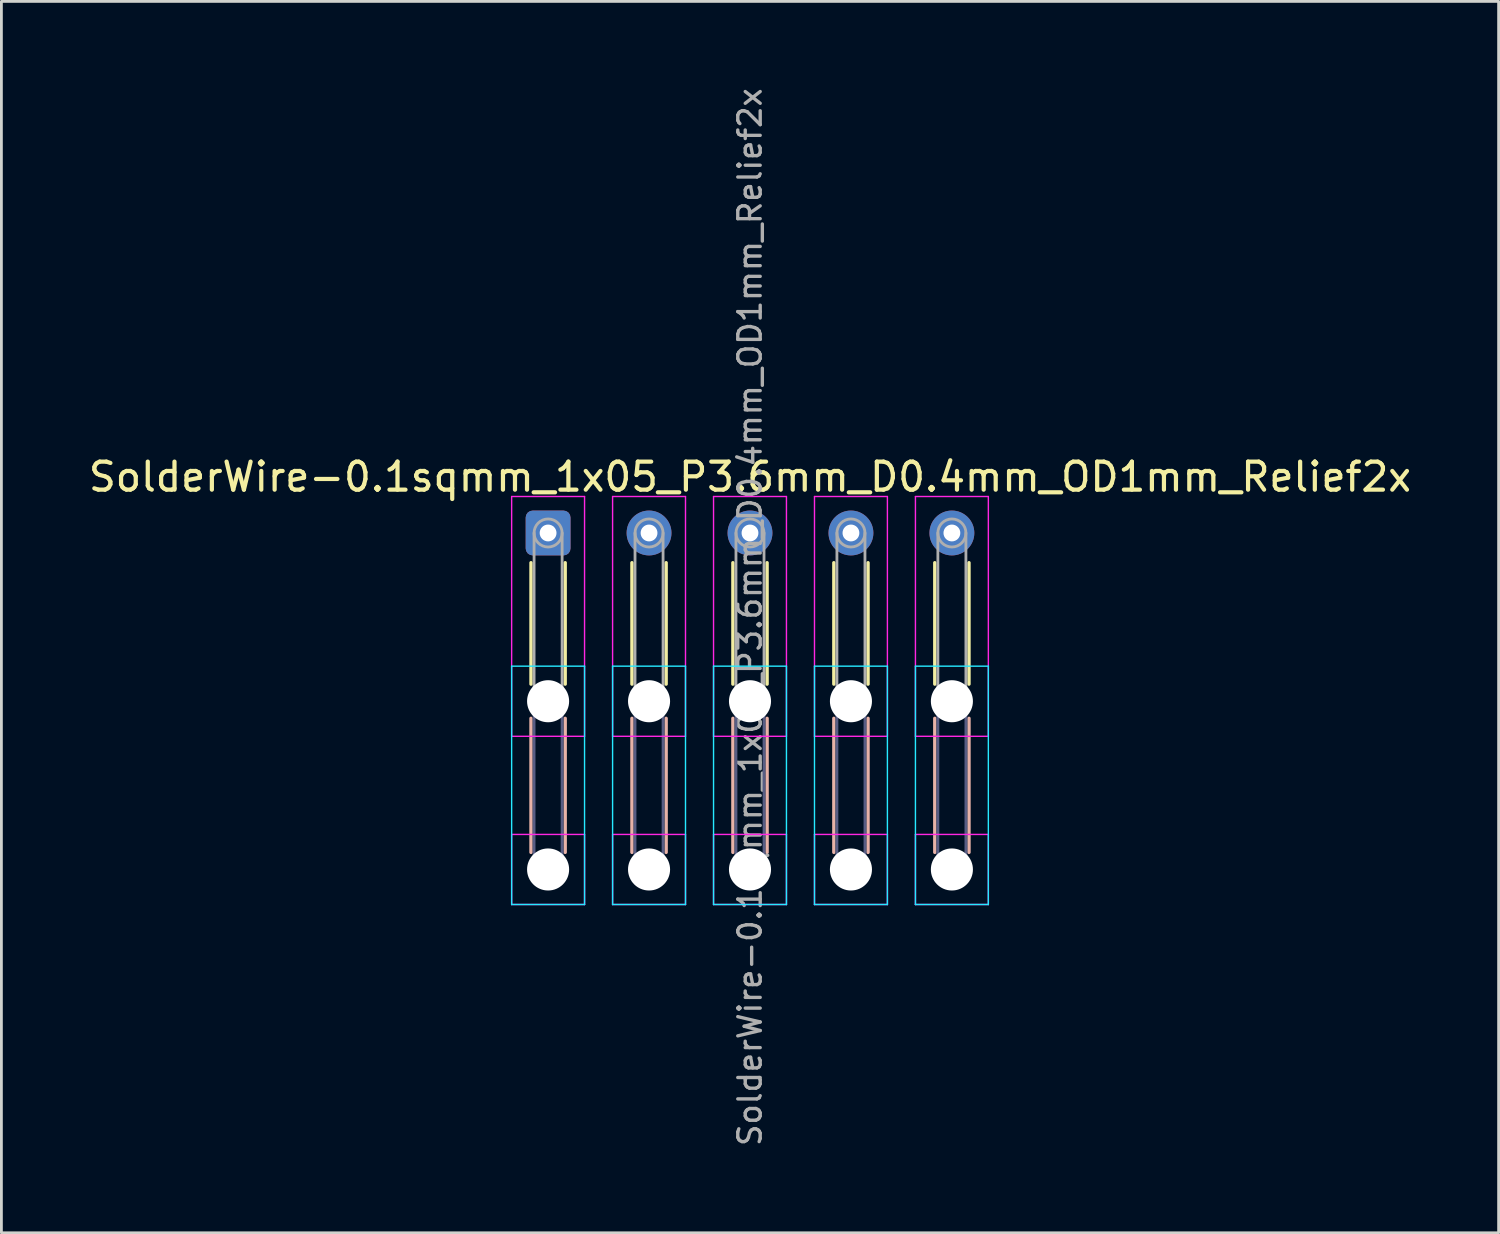
<source format=kicad_pcb>
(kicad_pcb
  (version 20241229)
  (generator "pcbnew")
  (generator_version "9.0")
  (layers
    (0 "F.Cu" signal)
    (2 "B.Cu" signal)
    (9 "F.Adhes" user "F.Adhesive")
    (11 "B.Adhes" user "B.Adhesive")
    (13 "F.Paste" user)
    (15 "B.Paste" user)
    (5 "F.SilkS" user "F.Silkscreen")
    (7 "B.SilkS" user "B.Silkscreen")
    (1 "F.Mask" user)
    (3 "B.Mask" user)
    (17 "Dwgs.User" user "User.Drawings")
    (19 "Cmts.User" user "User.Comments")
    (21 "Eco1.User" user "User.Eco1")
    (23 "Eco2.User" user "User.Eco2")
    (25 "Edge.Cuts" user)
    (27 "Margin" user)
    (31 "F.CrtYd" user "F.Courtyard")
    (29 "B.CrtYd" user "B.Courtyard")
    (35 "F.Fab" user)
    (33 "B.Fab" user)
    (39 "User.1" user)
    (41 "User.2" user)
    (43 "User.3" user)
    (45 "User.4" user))
  (footprint "SolderWire-0.1sqmm_1x05_P3.6mm_D0.4mm_OD1mm_Relief2x"
    (layer "F.Cu")
    (at 16.496 15.957)
    (property "Reference" "SolderWire-0.1sqmm_1x05_P3.6mm_D0.4mm_OD1mm_Relief2x" (at 7.2 -2 0) (layer "F.SilkS") (effects (font (size 1 1) (thickness 0.15))))
    (attr exclude_from_pos_files exclude_from_bom)
    (fp_line (start -0.61 1.06) (end -0.61 5.39) (stroke (width 0.12) (type solid)) (layer "F.SilkS"))
    (fp_line (start 0.61 1.06) (end 0.61 5.39) (stroke (width 0.12) (type solid)) (layer "F.SilkS"))
    (fp_line (start 2.99 1.06) (end 2.99 5.39) (stroke (width 0.12) (type solid)) (layer "F.SilkS"))
    (fp_line (start 4.21 1.06) (end 4.21 5.39) (stroke (width 0.12) (type solid)) (layer "F.SilkS"))
    (fp_line (start 6.59 1.06) (end 6.59 5.39) (stroke (width 0.12) (type solid)) (layer "F.SilkS"))
    (fp_line (start 7.81 1.06) (end 7.81 5.39) (stroke (width 0.12) (type solid)) (layer "F.SilkS"))
    (fp_line (start 10.19 1.06) (end 10.19 5.39) (stroke (width 0.12) (type solid)) (layer "F.SilkS"))
    (fp_line (start 11.41 1.06) (end 11.41 5.39) (stroke (width 0.12) (type solid)) (layer "F.SilkS"))
    (fp_line (start 13.79 1.06) (end 13.79 5.39) (stroke (width 0.12) (type solid)) (layer "F.SilkS"))
    (fp_line (start 15.01 1.06) (end 15.01 5.39) (stroke (width 0.12) (type solid)) (layer "F.SilkS"))
    (fp_line (start -0.61 6.61) (end -0.61 11.39) (stroke (width 0.12) (type solid)) (layer "B.SilkS"))
    (fp_line (start 0.61 6.61) (end 0.61 11.39) (stroke (width 0.12) (type solid)) (layer "B.SilkS"))
    (fp_line (start 2.99 6.61) (end 2.99 11.39) (stroke (width 0.12) (type solid)) (layer "B.SilkS"))
    (fp_line (start 4.21 6.61) (end 4.21 11.39) (stroke (width 0.12) (type solid)) (layer "B.SilkS"))
    (fp_line (start 6.59 6.61) (end 6.59 11.39) (stroke (width 0.12) (type solid)) (layer "B.SilkS"))
    (fp_line (start 7.81 6.61) (end 7.81 11.39) (stroke (width 0.12) (type solid)) (layer "B.SilkS"))
    (fp_line (start 10.19 6.61) (end 10.19 11.39) (stroke (width 0.12) (type solid)) (layer "B.SilkS"))
    (fp_line (start 11.41 6.61) (end 11.41 11.39) (stroke (width 0.12) (type solid)) (layer "B.SilkS"))
    (fp_line (start 13.79 6.61) (end 13.79 11.39) (stroke (width 0.12) (type solid)) (layer "B.SilkS"))
    (fp_line (start 15.01 6.61) (end 15.01 11.39) (stroke (width 0.12) (type solid)) (layer "B.SilkS"))
    (fp_line (start -1.3 4.75) (end -1.3 13.25) (stroke (width 0.05) (type solid)) (layer "B.CrtYd"))
    (fp_line (start -1.3 13.25) (end 1.3 13.25) (stroke (width 0.05) (type solid)) (layer "B.CrtYd"))
    (fp_line (start 1.3 4.75) (end -1.3 4.75) (stroke (width 0.05) (type solid)) (layer "B.CrtYd"))
    (fp_line (start 1.3 13.25) (end 1.3 4.75) (stroke (width 0.05) (type solid)) (layer "B.CrtYd"))
    (fp_line (start 2.3 4.75) (end 2.3 13.25) (stroke (width 0.05) (type solid)) (layer "B.CrtYd"))
    (fp_line (start 2.3 13.25) (end 4.9 13.25) (stroke (width 0.05) (type solid)) (layer "B.CrtYd"))
    (fp_line (start 4.9 4.75) (end 2.3 4.75) (stroke (width 0.05) (type solid)) (layer "B.CrtYd"))
    (fp_line (start 4.9 13.25) (end 4.9 4.75) (stroke (width 0.05) (type solid)) (layer "B.CrtYd"))
    (fp_line (start 5.9 4.75) (end 5.9 13.25) (stroke (width 0.05) (type solid)) (layer "B.CrtYd"))
    (fp_line (start 5.9 13.25) (end 8.5 13.25) (stroke (width 0.05) (type solid)) (layer "B.CrtYd"))
    (fp_line (start 8.5 4.75) (end 5.9 4.75) (stroke (width 0.05) (type solid)) (layer "B.CrtYd"))
    (fp_line (start 8.5 13.25) (end 8.5 4.75) (stroke (width 0.05) (type solid)) (layer "B.CrtYd"))
    (fp_line (start 9.5 4.75) (end 9.5 13.25) (stroke (width 0.05) (type solid)) (layer "B.CrtYd"))
    (fp_line (start 9.5 13.25) (end 12.1 13.25) (stroke (width 0.05) (type solid)) (layer "B.CrtYd"))
    (fp_line (start 12.1 4.75) (end 9.5 4.75) (stroke (width 0.05) (type solid)) (layer "B.CrtYd"))
    (fp_line (start 12.1 13.25) (end 12.1 4.75) (stroke (width 0.05) (type solid)) (layer "B.CrtYd"))
    (fp_line (start 13.1 4.75) (end 13.1 13.25) (stroke (width 0.05) (type solid)) (layer "B.CrtYd"))
    (fp_line (start 13.1 13.25) (end 15.7 13.25) (stroke (width 0.05) (type solid)) (layer "B.CrtYd"))
    (fp_line (start 15.7 4.75) (end 13.1 4.75) (stroke (width 0.05) (type solid)) (layer "B.CrtYd"))
    (fp_line (start 15.7 13.25) (end 15.7 4.75) (stroke (width 0.05) (type solid)) (layer "B.CrtYd"))
    (fp_line (start -1.3 -1.3) (end -1.3 7.25) (stroke (width 0.05) (type solid)) (layer "F.CrtYd"))
    (fp_line (start -1.3 7.25) (end 1.3 7.25) (stroke (width 0.05) (type solid)) (layer "F.CrtYd"))
    (fp_line (start -1.3 10.75) (end -1.3 13.25) (stroke (width 0.05) (type solid)) (layer "F.CrtYd"))
    (fp_line (start -1.3 13.25) (end 1.3 13.25) (stroke (width 0.05) (type solid)) (layer "F.CrtYd"))
    (fp_line (start 1.3 -1.3) (end -1.3 -1.3) (stroke (width 0.05) (type solid)) (layer "F.CrtYd"))
    (fp_line (start 1.3 7.25) (end 1.3 -1.3) (stroke (width 0.05) (type solid)) (layer "F.CrtYd"))
    (fp_line (start 1.3 10.75) (end -1.3 10.75) (stroke (width 0.05) (type solid)) (layer "F.CrtYd"))
    (fp_line (start 1.3 13.25) (end 1.3 10.75) (stroke (width 0.05) (type solid)) (layer "F.CrtYd"))
    (fp_line (start 2.3 -1.3) (end 2.3 7.25) (stroke (width 0.05) (type solid)) (layer "F.CrtYd"))
    (fp_line (start 2.3 7.25) (end 4.9 7.25) (stroke (width 0.05) (type solid)) (layer "F.CrtYd"))
    (fp_line (start 2.3 10.75) (end 2.3 13.25) (stroke (width 0.05) (type solid)) (layer "F.CrtYd"))
    (fp_line (start 2.3 13.25) (end 4.9 13.25) (stroke (width 0.05) (type solid)) (layer "F.CrtYd"))
    (fp_line (start 4.9 -1.3) (end 2.3 -1.3) (stroke (width 0.05) (type solid)) (layer "F.CrtYd"))
    (fp_line (start 4.9 7.25) (end 4.9 -1.3) (stroke (width 0.05) (type solid)) (layer "F.CrtYd"))
    (fp_line (start 4.9 10.75) (end 2.3 10.75) (stroke (width 0.05) (type solid)) (layer "F.CrtYd"))
    (fp_line (start 4.9 13.25) (end 4.9 10.75) (stroke (width 0.05) (type solid)) (layer "F.CrtYd"))
    (fp_line (start 5.9 -1.3) (end 5.9 7.25) (stroke (width 0.05) (type solid)) (layer "F.CrtYd"))
    (fp_line (start 5.9 7.25) (end 8.5 7.25) (stroke (width 0.05) (type solid)) (layer "F.CrtYd"))
    (fp_line (start 5.9 10.75) (end 5.9 13.25) (stroke (width 0.05) (type solid)) (layer "F.CrtYd"))
    (fp_line (start 5.9 13.25) (end 8.5 13.25) (stroke (width 0.05) (type solid)) (layer "F.CrtYd"))
    (fp_line (start 8.5 -1.3) (end 5.9 -1.3) (stroke (width 0.05) (type solid)) (layer "F.CrtYd"))
    (fp_line (start 8.5 7.25) (end 8.5 -1.3) (stroke (width 0.05) (type solid)) (layer "F.CrtYd"))
    (fp_line (start 8.5 10.75) (end 5.9 10.75) (stroke (width 0.05) (type solid)) (layer "F.CrtYd"))
    (fp_line (start 8.5 13.25) (end 8.5 10.75) (stroke (width 0.05) (type solid)) (layer "F.CrtYd"))
    (fp_line (start 9.5 -1.3) (end 9.5 7.25) (stroke (width 0.05) (type solid)) (layer "F.CrtYd"))
    (fp_line (start 9.5 7.25) (end 12.1 7.25) (stroke (width 0.05) (type solid)) (layer "F.CrtYd"))
    (fp_line (start 9.5 10.75) (end 9.5 13.25) (stroke (width 0.05) (type solid)) (layer "F.CrtYd"))
    (fp_line (start 9.5 13.25) (end 12.1 13.25) (stroke (width 0.05) (type solid)) (layer "F.CrtYd"))
    (fp_line (start 12.1 -1.3) (end 9.5 -1.3) (stroke (width 0.05) (type solid)) (layer "F.CrtYd"))
    (fp_line (start 12.1 7.25) (end 12.1 -1.3) (stroke (width 0.05) (type solid)) (layer "F.CrtYd"))
    (fp_line (start 12.1 10.75) (end 9.5 10.75) (stroke (width 0.05) (type solid)) (layer "F.CrtYd"))
    (fp_line (start 12.1 13.25) (end 12.1 10.75) (stroke (width 0.05) (type solid)) (layer "F.CrtYd"))
    (fp_line (start 13.1 -1.3) (end 13.1 7.25) (stroke (width 0.05) (type solid)) (layer "F.CrtYd"))
    (fp_line (start 13.1 7.25) (end 15.7 7.25) (stroke (width 0.05) (type solid)) (layer "F.CrtYd"))
    (fp_line (start 13.1 10.75) (end 13.1 13.25) (stroke (width 0.05) (type solid)) (layer "F.CrtYd"))
    (fp_line (start 13.1 13.25) (end 15.7 13.25) (stroke (width 0.05) (type solid)) (layer "F.CrtYd"))
    (fp_line (start 15.7 -1.3) (end 13.1 -1.3) (stroke (width 0.05) (type solid)) (layer "F.CrtYd"))
    (fp_line (start 15.7 7.25) (end 15.7 -1.3) (stroke (width 0.05) (type solid)) (layer "F.CrtYd"))
    (fp_line (start 15.7 10.75) (end 13.1 10.75) (stroke (width 0.05) (type solid)) (layer "F.CrtYd"))
    (fp_line (start 15.7 13.25) (end 15.7 10.75) (stroke (width 0.05) (type solid)) (layer "F.CrtYd"))
    (fp_line (start -0.5 6) (end -0.5 12) (stroke (width 0.1) (type solid)) (layer "B.Fab"))
    (fp_line (start 0.5 6) (end 0.5 12) (stroke (width 0.1) (type solid)) (layer "B.Fab"))
    (fp_line (start 3.1 6) (end 3.1 12) (stroke (width 0.1) (type solid)) (layer "B.Fab"))
    (fp_line (start 4.1 6) (end 4.1 12) (stroke (width 0.1) (type solid)) (layer "B.Fab"))
    (fp_line (start 6.7 6) (end 6.7 12) (stroke (width 0.1) (type solid)) (layer "B.Fab"))
    (fp_line (start 7.7 6) (end 7.7 12) (stroke (width 0.1) (type solid)) (layer "B.Fab"))
    (fp_line (start 10.3 6) (end 10.3 12) (stroke (width 0.1) (type solid)) (layer "B.Fab"))
    (fp_line (start 11.3 6) (end 11.3 12) (stroke (width 0.1) (type solid)) (layer "B.Fab"))
    (fp_line (start 13.9 6) (end 13.9 12) (stroke (width 0.1) (type solid)) (layer "B.Fab"))
    (fp_line (start 14.9 6) (end 14.9 12) (stroke (width 0.1) (type solid)) (layer "B.Fab"))
    (fp_circle (center 0 6) (end 0.5 6) (stroke (width 0.1) (type solid)) (fill no) (layer "B.Fab"))
    (fp_circle (center 0 12) (end 0.5 12) (stroke (width 0.1) (type solid)) (fill no) (layer "B.Fab"))
    (fp_circle (center 3.6 6) (end 4.1 6) (stroke (width 0.1) (type solid)) (fill no) (layer "B.Fab"))
    (fp_circle (center 3.6 12) (end 4.1 12) (stroke (width 0.1) (type solid)) (fill no) (layer "B.Fab"))
    (fp_circle (center 7.2 6) (end 7.7 6) (stroke (width 0.1) (type solid)) (fill no) (layer "B.Fab"))
    (fp_circle (center 7.2 12) (end 7.7 12) (stroke (width 0.1) (type solid)) (fill no) (layer "B.Fab"))
    (fp_circle (center 10.8 6) (end 11.3 6) (stroke (width 0.1) (type solid)) (fill no) (layer "B.Fab"))
    (fp_circle (center 10.8 12) (end 11.3 12) (stroke (width 0.1) (type solid)) (fill no) (layer "B.Fab"))
    (fp_circle (center 14.4 6) (end 14.9 6) (stroke (width 0.1) (type solid)) (fill no) (layer "B.Fab"))
    (fp_circle (center 14.4 12) (end 14.9 12) (stroke (width 0.1) (type solid)) (fill no) (layer "B.Fab"))
    (fp_line (start -0.5 0) (end -0.5 6) (stroke (width 0.1) (type solid)) (layer "F.Fab"))
    (fp_line (start 0.5 0) (end 0.5 6) (stroke (width 0.1) (type solid)) (layer "F.Fab"))
    (fp_line (start 3.1 0) (end 3.1 6) (stroke (width 0.1) (type solid)) (layer "F.Fab"))
    (fp_line (start 4.1 0) (end 4.1 6) (stroke (width 0.1) (type solid)) (layer "F.Fab"))
    (fp_line (start 6.7 0) (end 6.7 6) (stroke (width 0.1) (type solid)) (layer "F.Fab"))
    (fp_line (start 7.7 0) (end 7.7 6) (stroke (width 0.1) (type solid)) (layer "F.Fab"))
    (fp_line (start 10.3 0) (end 10.3 6) (stroke (width 0.1) (type solid)) (layer "F.Fab"))
    (fp_line (start 11.3 0) (end 11.3 6) (stroke (width 0.1) (type solid)) (layer "F.Fab"))
    (fp_line (start 13.9 0) (end 13.9 6) (stroke (width 0.1) (type solid)) (layer "F.Fab"))
    (fp_line (start 14.9 0) (end 14.9 6) (stroke (width 0.1) (type solid)) (layer "F.Fab"))
    (fp_circle (center 0 0) (end 0.5 0) (stroke (width 0.1) (type solid)) (fill no) (layer "F.Fab"))
    (fp_circle (center 0 6) (end 0.5 6) (stroke (width 0.1) (type solid)) (fill no) (layer "F.Fab"))
    (fp_circle (center 0 12) (end 0.5 12) (stroke (width 0.1) (type solid)) (fill no) (layer "F.Fab"))
    (fp_circle (center 3.6 0) (end 4.1 0) (stroke (width 0.1) (type solid)) (fill no) (layer "F.Fab"))
    (fp_circle (center 3.6 6) (end 4.1 6) (stroke (width 0.1) (type solid)) (fill no) (layer "F.Fab"))
    (fp_circle (center 3.6 12) (end 4.1 12) (stroke (width 0.1) (type solid)) (fill no) (layer "F.Fab"))
    (fp_circle (center 7.2 0) (end 7.7 0) (stroke (width 0.1) (type solid)) (fill no) (layer "F.Fab"))
    (fp_circle (center 7.2 6) (end 7.7 6) (stroke (width 0.1) (type solid)) (fill no) (layer "F.Fab"))
    (fp_circle (center 7.2 12) (end 7.7 12) (stroke (width 0.1) (type solid)) (fill no) (layer "F.Fab"))
    (fp_circle (center 10.8 0) (end 11.3 0) (stroke (width 0.1) (type solid)) (fill no) (layer "F.Fab"))
    (fp_circle (center 10.8 6) (end 11.3 6) (stroke (width 0.1) (type solid)) (fill no) (layer "F.Fab"))
    (fp_circle (center 10.8 12) (end 11.3 12) (stroke (width 0.1) (type solid)) (fill no) (layer "F.Fab"))
    (fp_circle (center 14.4 0) (end 14.9 0) (stroke (width 0.1) (type solid)) (fill no) (layer "F.Fab"))
    (fp_circle (center 14.4 6) (end 14.9 6) (stroke (width 0.1) (type solid)) (fill no) (layer "F.Fab"))
    (fp_circle (center 14.4 12) (end 14.9 12) (stroke (width 0.1) (type solid)) (fill no) (layer "F.Fab"))
    (fp_text user "${REFERENCE}" (at 7.2 3 90) (layer "F.Fab") (effects (font (size 0.8 0.8) (thickness 0.12))))
    (pad "" np_thru_hole circle (at 0 6) (size 1.5 1.5) (drill 1.5) (layers "*.Cu" "*.Mask"))
    (pad "" np_thru_hole circle (at 0 12) (size 1.5 1.5) (drill 1.5) (layers "*.Cu" "*.Mask"))
    (pad "" np_thru_hole circle (at 3.6 6) (size 1.5 1.5) (drill 1.5) (layers "*.Cu" "*.Mask"))
    (pad "" np_thru_hole circle (at 3.6 12) (size 1.5 1.5) (drill 1.5) (layers "*.Cu" "*.Mask"))
    (pad "" np_thru_hole circle (at 7.2 6) (size 1.5 1.5) (drill 1.5) (layers "*.Cu" "*.Mask"))
    (pad "" np_thru_hole circle (at 7.2 12) (size 1.5 1.5) (drill 1.5) (layers "*.Cu" "*.Mask"))
    (pad "" np_thru_hole circle (at 10.8 6) (size 1.5 1.5) (drill 1.5) (layers "*.Cu" "*.Mask"))
    (pad "" np_thru_hole circle (at 10.8 12) (size 1.5 1.5) (drill 1.5) (layers "*.Cu" "*.Mask"))
    (pad "" np_thru_hole circle (at 14.4 6) (size 1.5 1.5) (drill 1.5) (layers "*.Cu" "*.Mask"))
    (pad "" np_thru_hole circle (at 14.4 12) (size 1.5 1.5) (drill 1.5) (layers "*.Cu" "*.Mask"))
    (pad "1" thru_hole roundrect (at 0 0) (size 1.6 1.6) (drill 0.6) (layers "*.Cu" "*.Mask") (roundrect_rratio 0.156))
    (pad "2" thru_hole circle (at 3.6 0) (size 1.6 1.6) (drill 0.6) (layers "*.Cu" "*.Mask"))
    (pad "3" thru_hole circle (at 7.2 0) (size 1.6 1.6) (drill 0.6) (layers "*.Cu" "*.Mask"))
    (pad "4" thru_hole circle (at 10.8 0) (size 1.6 1.6) (drill 0.6) (layers "*.Cu" "*.Mask"))
    (pad "5" thru_hole circle (at 14.4 0) (size 1.6 1.6) (drill 0.6) (layers "*.Cu" "*.Mask")))
  (gr_rect
    (start -3 -3)
    (end 50.393 40.914)
    (stroke (width 0.1) (type default))
    (fill no)
    (layer "Edge.Cuts")))
</source>
